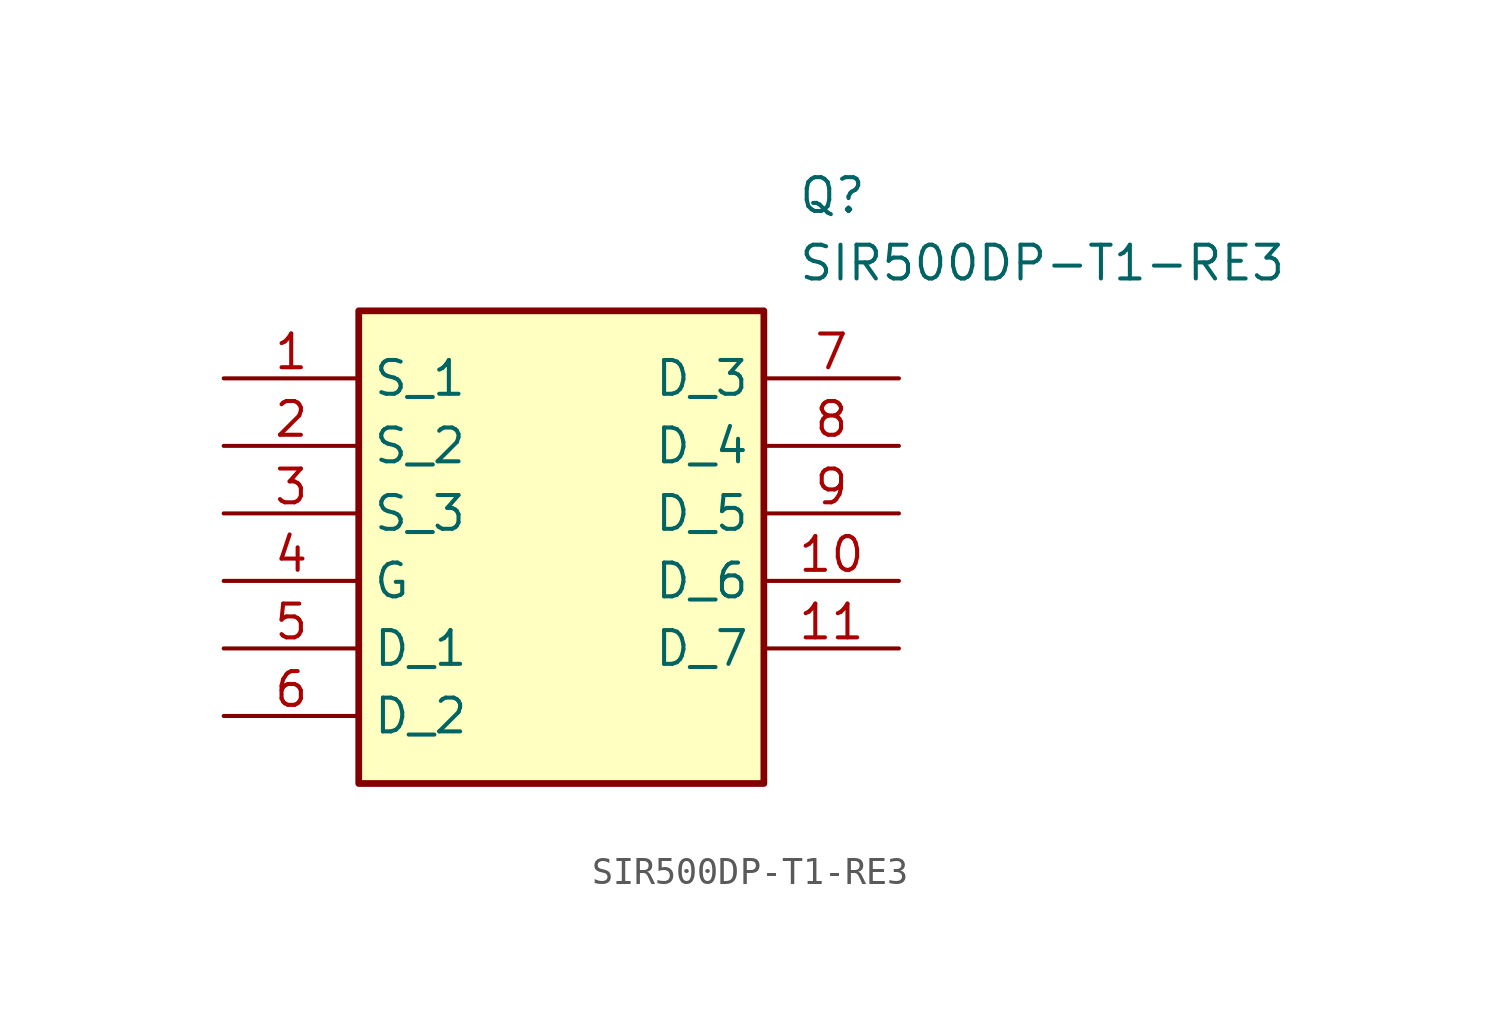
<source format=kicad_sym>
(kicad_symbol_lib
  (version 20211014)
  (generator SamacSys_ECAD_Model)
  (symbol "SIR500DP-T1-RE3"
    (property "Reference" "Q"
      (at 21.59 7.62 0)
      (effects (font (size 1.27 1.27)) (justify left top)))
    (property "Value" "SIR500DP-T1-RE3"
      (at 21.59 5.08 0)
      (effects (font (size 1.27 1.27)) (justify left top)))
    (rectangle
      (start 5.08 2.54)
      (end 20.32 -15.24)
      (stroke (width 0.254) (type default))
      (fill (type background)))
    (pin passive line
      (at 0 0 0)
      (length 5.08)
      (name "S_1" (effects (font (size 1.27 1.27))))
      (number "1" (effects (font (size 1.27 1.27)))))
    (pin passive line
      (at 0 -2.54 0)
      (length 5.08)
      (name "S_2" (effects (font (size 1.27 1.27))))
      (number "2" (effects (font (size 1.27 1.27)))))
    (pin passive line
      (at 0 -5.08 0)
      (length 5.08)
      (name "S_3" (effects (font (size 1.27 1.27))))
      (number "3" (effects (font (size 1.27 1.27)))))
    (pin passive line
      (at 0 -7.62 0)
      (length 5.08)
      (name "G" (effects (font (size 1.27 1.27))))
      (number "4" (effects (font (size 1.27 1.27)))))
    (pin passive line
      (at 0 -10.16 0)
      (length 5.08)
      (name "D_1" (effects (font (size 1.27 1.27))))
      (number "5" (effects (font (size 1.27 1.27)))))
    (pin passive line
      (at 0 -12.7 0)
      (length 5.08)
      (name "D_2" (effects (font (size 1.27 1.27))))
      (number "6" (effects (font (size 1.27 1.27)))))
    (pin passive line
      (at 25.4 0 180)
      (length 5.08)
      (name "D_3" (effects (font (size 1.27 1.27))))
      (number "7" (effects (font (size 1.27 1.27)))))
    (pin passive line
      (at 25.4 -2.54 180)
      (length 5.08)
      (name "D_4" (effects (font (size 1.27 1.27))))
      (number "8" (effects (font (size 1.27 1.27)))))
    (pin passive line
      (at 25.4 -5.08 180)
      (length 5.08)
      (name "D_5" (effects (font (size 1.27 1.27))))
      (number "9" (effects (font (size 1.27 1.27)))))
    (pin passive line
      (at 25.4 -7.62 180)
      (length 5.08)
      (name "D_6" (effects (font (size 1.27 1.27))))
      (number "10" (effects (font (size 1.27 1.27)))))
    (pin passive line
      (at 25.4 -10.16 180)
      (length 5.08)
      (name "D_7" (effects (font (size 1.27 1.27))))
      (number "11" (effects (font (size 1.27 1.27)))))))
</source>
